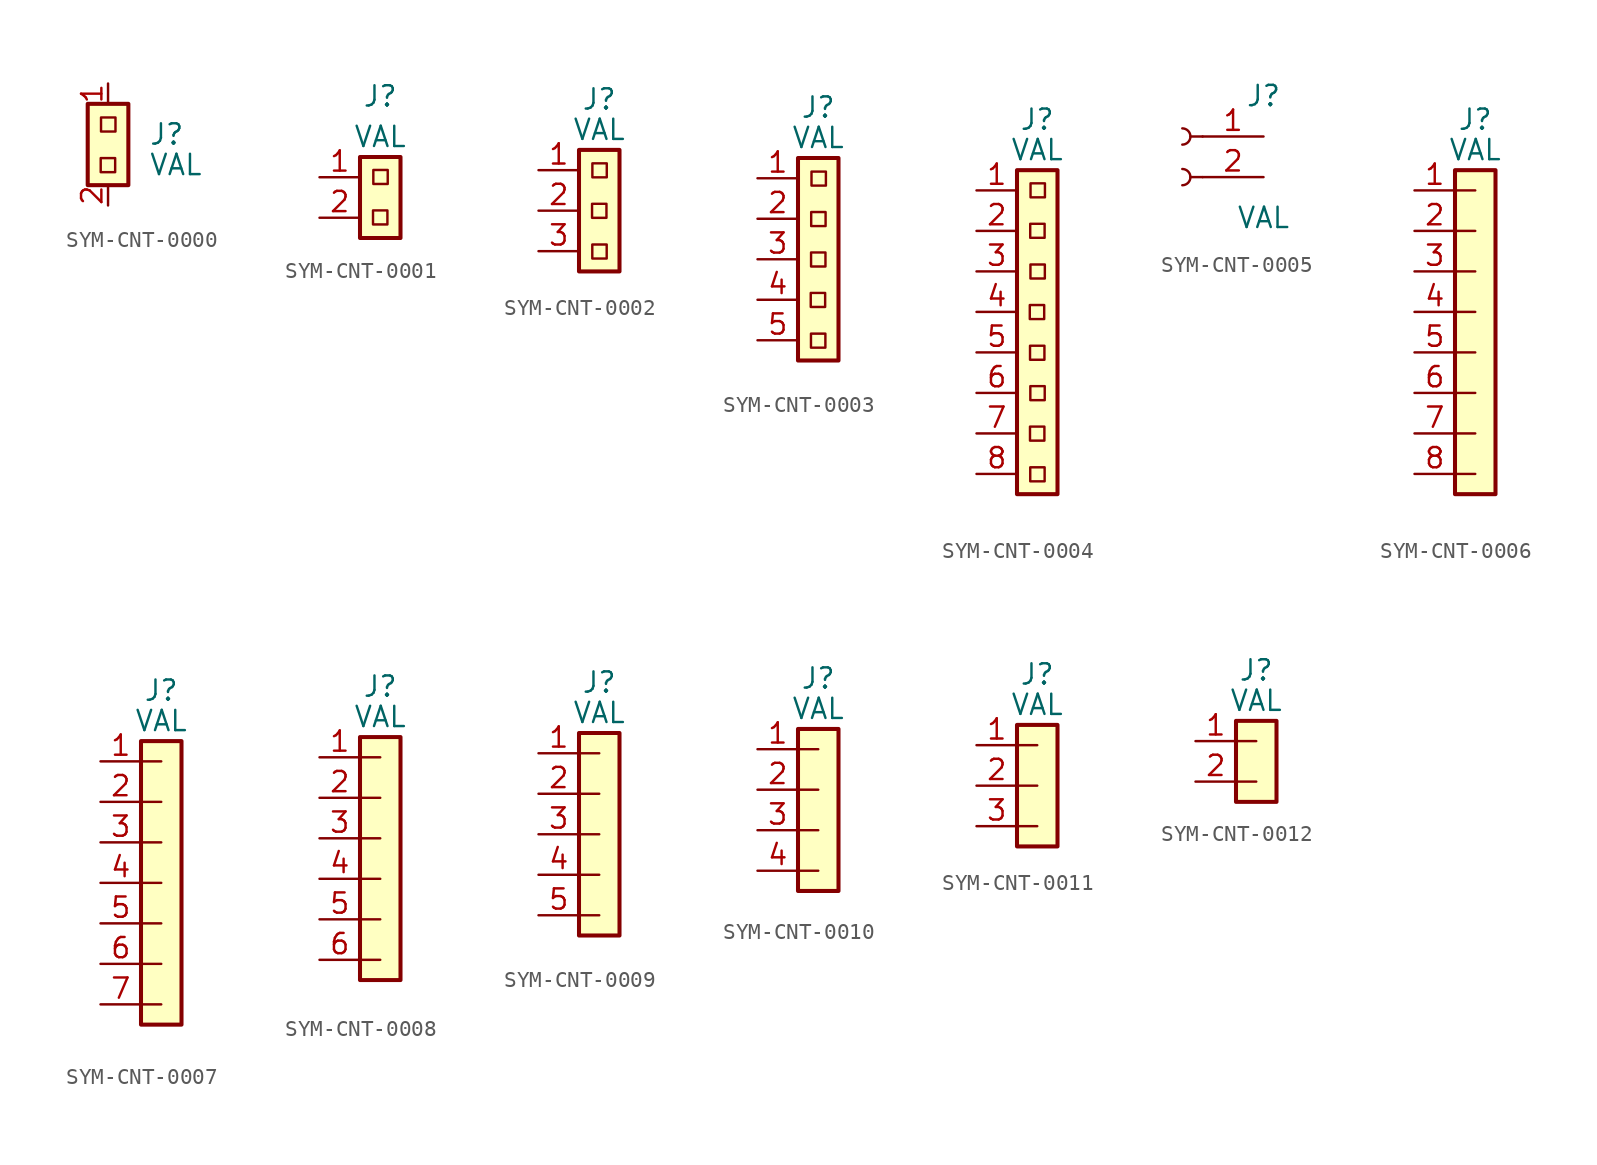
<source format=kicad_sym>
(kicad_symbol_lib
  (version 20241209)
  (generator "kicad_symbol_editor")
  (generator_version "9.0")
  (symbol "SYM-CNT-0000"
    (property "Reference" "J"
      (at 2.54 -3.175 0)
      (effects (font (size 1.27 1.27)) (justify left)))
    (property "Value" "VAL"
      (at 2.54 -5.08 0)
      (effects (font (size 1.27 1.27)) (justify left)))
    (symbol "SYM-CNT-0000_1_1"
      (rectangle (start -1.27 -1.27) (end 1.27 -6.35) (stroke (width 0.254) (type default)) (fill (type background)))
      (rectangle (start -0.458 -4.66) (end 0.445 -5.539) (stroke (width 0) (type solid)) (fill (type none)))
      (rectangle (start -0.438 -2.122) (end 0.465 -3.001) (stroke (width 0) (type solid)) (fill (type none)))
      (pin unspecified line (at 0 0 270) (length 1.27) (name "" (effects (font (size 1.27 1.27)))) (number "1" (effects (font (size 1.27 1.27)))))
      (pin unspecified line (at 0 -7.62 90) (length 1.27) (name "" (effects (font (size 1.27 1.27)))) (number "2" (effects (font (size 1.27 1.27)))))))
  (symbol "SYM-CNT-0001"
    (property "Reference" "J"
      (at 3.81 5.08 0)
      (effects (font (size 1.27 1.27))))
    (property "Value" "VAL"
      (at 3.81 2.54 0)
      (effects (font (size 1.27 1.27))))
    (symbol "SYM-CNT-0001_1_1"
      (rectangle (start 2.54 1.27) (end 5.08 -3.81) (stroke (width 0.254) (type default)) (fill (type background)))
      (rectangle (start 3.356 -2.08) (end 4.259 -2.96) (stroke (width 0) (type solid)) (fill (type none)))
      (rectangle (start 3.376 0.457) (end 4.279 -0.422) (stroke (width 0) (type solid)) (fill (type none)))
      (pin passive line (at 0 0 0) (length 2.54) (name "" (effects (font (size 1.27 1.27)))) (number "1" (effects (font (size 1.27 1.27)))))
      (pin passive line (at 0 -2.54 0) (length 2.54) (name "" (effects (font (size 1.27 1.27)))) (number "2" (effects (font (size 1.27 1.27)))))))
  (symbol "SYM-CNT-0002"
    (property "Reference" "J"
      (at 3.81 4.445 0)
      (effects (font (size 1.27 1.27))))
    (property "Value" "VAL"
      (at 3.81 2.54 0)
      (effects (font (size 1.27 1.27))))
    (symbol "SYM-CNT-0002_1_1"
      (rectangle (start 2.54 1.27) (end 5.08 -6.35) (stroke (width 0.254) (type default)) (fill (type background)))
      (rectangle (start 3.359 -2.11) (end 4.262 -2.989) (stroke (width 0) (type solid)) (fill (type none)))
      (rectangle (start 3.374 -4.662) (end 4.277 -5.541) (stroke (width 0) (type solid)) (fill (type none)))
      (rectangle (start 3.379 0.428) (end 4.282 -0.451) (stroke (width 0) (type solid)) (fill (type none)))
      (pin passive line (at 0 0 0) (length 2.54) (name "" (effects (font (size 1.27 1.27)))) (number "1" (effects (font (size 1.27 1.27)))))
      (pin passive line (at 0 -2.54 0) (length 2.54) (name "" (effects (font (size 1.27 1.27)))) (number "2" (effects (font (size 1.27 1.27)))))
      (pin passive line (at 0 -5.08 0) (length 2.54) (name "" (effects (font (size 1.27 1.27)))) (number "3" (effects (font (size 1.27 1.27)))))))
  (symbol "SYM-CNT-0003"
    (property "Reference" "J"
      (at 3.81 4.445 0)
      (effects (font (size 1.27 1.27))))
    (property "Value" "VAL"
      (at 3.81 2.54 0)
      (effects (font (size 1.27 1.27))))
    (symbol "SYM-CNT-0003_1_1"
      (rectangle (start 2.54 1.27) (end 5.08 -11.43) (stroke (width 0.254) (type default)) (fill (type background)))
      (rectangle (start 3.339 -7.191) (end 4.242 -8.071) (stroke (width 0) (type solid)) (fill (type none)))
      (rectangle (start 3.353 -9.744) (end 4.257 -10.623) (stroke (width 0) (type solid)) (fill (type none)))
      (rectangle (start 3.359 -4.654) (end 4.262 -5.533) (stroke (width 0) (type solid)) (fill (type none)))
      (rectangle (start 3.367 -2.119) (end 4.27 -2.999) (stroke (width 0) (type solid)) (fill (type none)))
      (rectangle (start 3.387 0.418) (end 4.29 -0.461) (stroke (width 0) (type solid)) (fill (type none)))
      (pin passive line (at 0 0 0) (length 2.54) (name "" (effects (font (size 1.27 1.27)))) (number "1" (effects (font (size 1.27 1.27)))))
      (pin passive line (at 0 -2.54 0) (length 2.54) (name "" (effects (font (size 1.27 1.27)))) (number "2" (effects (font (size 1.27 1.27)))))
      (pin passive line (at 0 -5.08 0) (length 2.54) (name "" (effects (font (size 1.27 1.27)))) (number "3" (effects (font (size 1.27 1.27)))))
      (pin passive line (at 0 -7.62 0) (length 2.54) (name "" (effects (font (size 1.27 1.27)))) (number "4" (effects (font (size 1.27 1.27)))))
      (pin passive line (at 0 -10.16 0) (length 2.54) (name "" (effects (font (size 1.27 1.27)))) (number "5" (effects (font (size 1.27 1.27)))))))
  (symbol "SYM-CNT-0004"
    (property "Reference" "J"
      (at 3.81 4.445 0)
      (effects (font (size 1.27 1.27))))
    (property "Value" "VAL"
      (at 3.81 2.54 0)
      (effects (font (size 1.27 1.27))))
    (symbol "SYM-CNT-0004_1_1"
      (rectangle (start 2.54 1.27) (end 5.08 -19.05) (stroke (width 0.254) (type default)) (fill (type background)))
      (rectangle (start 3.342 -7.189) (end 4.245 -8.069) (stroke (width 0) (type solid)) (fill (type none)))
      (rectangle (start 3.355 -14.813) (end 4.258 -15.692) (stroke (width 0) (type solid)) (fill (type none)))
      (rectangle (start 3.357 -9.741) (end 4.26 -10.621) (stroke (width 0) (type solid)) (fill (type none)))
      (rectangle (start 3.369 -2.093) (end 4.272 -2.973) (stroke (width 0) (type solid)) (fill (type none)))
      (rectangle (start 3.37 -17.365) (end 4.273 -18.244) (stroke (width 0) (type solid)) (fill (type none)))
      (rectangle (start 3.376 -12.275) (end 4.279 -13.154) (stroke (width 0) (type solid)) (fill (type none)))
      (rectangle (start 3.383 -4.646) (end 4.286 -5.525) (stroke (width 0) (type solid)) (fill (type none)))
      (rectangle (start 3.389 0.444) (end 4.292 -0.435) (stroke (width 0) (type solid)) (fill (type none)))
      (pin passive line (at 0 0 0) (length 2.54) (name "" (effects (font (size 1.27 1.27)))) (number "1" (effects (font (size 1.27 1.27)))))
      (pin passive line (at 0 -2.54 0) (length 2.54) (name "" (effects (font (size 1.27 1.27)))) (number "2" (effects (font (size 1.27 1.27)))))
      (pin passive line (at 0 -5.08 0) (length 2.54) (name "" (effects (font (size 1.27 1.27)))) (number "3" (effects (font (size 1.27 1.27)))))
      (pin passive line (at 0 -7.62 0) (length 2.54) (name "" (effects (font (size 1.27 1.27)))) (number "4" (effects (font (size 1.27 1.27)))))
      (pin passive line (at 0 -10.16 0) (length 2.54) (name "" (effects (font (size 1.27 1.27)))) (number "5" (effects (font (size 1.27 1.27)))))
      (pin passive line (at 0 -12.7 0) (length 2.54) (name "" (effects (font (size 1.27 1.27)))) (number "6" (effects (font (size 1.27 1.27)))))
      (pin passive line (at 0 -15.24 0) (length 2.54) (name "" (effects (font (size 1.27 1.27)))) (number "7" (effects (font (size 1.27 1.27)))))
      (pin passive line (at 0 -17.78 0) (length 2.54) (name "" (effects (font (size 1.27 1.27)))) (number "8" (effects (font (size 1.27 1.27)))))))
  (symbol "SYM-CNT-0005"
    (pin_names
      (offset 1.016)
      (hide yes))
    (property "Reference" "J"
      (at 0 2.54 0)
      (effects (font (size 1.27 1.27))))
    (property "Value" "VAL"
      (at 0 -5.08 0)
      (effects (font (size 1.27 1.27))))
    (symbol "SYM-CNT-0005_1_1"
      (arc (start -5.08 0.508) (mid -4.5742 0) (end -5.08 -0.508) (stroke (width 0.1524) (type default)) (fill (type none)))
      (arc (start -5.08 -2.032) (mid -4.5742 -2.54) (end -5.08 -3.048) (stroke (width 0.1524) (type default)) (fill (type none)))
      (polyline (pts (xy -3.81 0) (xy -4.572 0)) (stroke (width 0.152) (type default)) (fill (type none)))
      (polyline (pts (xy -3.81 -2.54) (xy -4.572 -2.54)) (stroke (width 0.152) (type default)) (fill (type none)))
      (pin passive line (at 0 0 180) (length 3.81) (name "Pin_1" (effects (font (size 1.27 1.27)))) (number "1" (effects (font (size 1.27 1.27)))))
      (pin passive line (at 0 -2.54 180) (length 3.81) (name "Pin_2" (effects (font (size 1.27 1.27)))) (number "2" (effects (font (size 1.27 1.27)))))))
  (symbol "SYM-CNT-0006"
    (property "Reference" "J"
      (at 3.81 4.445 0)
      (effects (font (size 1.27 1.27))))
    (property "Value" "VAL"
      (at 3.81 2.54 0)
      (effects (font (size 1.27 1.27))))
    (symbol "SYM-CNT-0006_0_1"
      (polyline (pts (xy 2.54 0) (xy 3.81 0)) (stroke (width 0) (type default)) (fill (type none)))
      (polyline (pts (xy 2.54 -2.54) (xy 3.81 -2.54)) (stroke (width 0) (type default)) (fill (type none)))
      (polyline (pts (xy 2.54 -5.08) (xy 3.81 -5.08)) (stroke (width 0) (type default)) (fill (type none)))
      (polyline (pts (xy 2.54 -7.62) (xy 3.81 -7.62)) (stroke (width 0) (type default)) (fill (type none)))
      (polyline (pts (xy 2.54 -10.16) (xy 3.81 -10.16)) (stroke (width 0) (type default)) (fill (type none)))
      (polyline (pts (xy 2.54 -12.7) (xy 3.81 -12.7)) (stroke (width 0) (type default)) (fill (type none)))
      (polyline (pts (xy 2.54 -15.24) (xy 3.81 -15.24)) (stroke (width 0) (type default)) (fill (type none)))
      (polyline (pts (xy 2.54 -17.78) (xy 3.81 -17.78)) (stroke (width 0) (type default)) (fill (type none))))
    (symbol "SYM-CNT-0006_1_1"
      (rectangle (start 2.54 1.27) (end 5.08 -19.05) (stroke (width 0.254) (type default)) (fill (type background)))
      (pin passive line (at 0 0 0) (length 2.54) (name "" (effects (font (size 1.27 1.27)))) (number "1" (effects (font (size 1.27 1.27)))))
      (pin passive line (at 0 -2.54 0) (length 2.54) (name "" (effects (font (size 1.27 1.27)))) (number "2" (effects (font (size 1.27 1.27)))))
      (pin passive line (at 0 -5.08 0) (length 2.54) (name "" (effects (font (size 1.27 1.27)))) (number "3" (effects (font (size 1.27 1.27)))))
      (pin passive line (at 0 -7.62 0) (length 2.54) (name "" (effects (font (size 1.27 1.27)))) (number "4" (effects (font (size 1.27 1.27)))))
      (pin passive line (at 0 -10.16 0) (length 2.54) (name "" (effects (font (size 1.27 1.27)))) (number "5" (effects (font (size 1.27 1.27)))))
      (pin passive line (at 0 -12.7 0) (length 2.54) (name "" (effects (font (size 1.27 1.27)))) (number "6" (effects (font (size 1.27 1.27)))))
      (pin passive line (at 0 -15.24 0) (length 2.54) (name "" (effects (font (size 1.27 1.27)))) (number "7" (effects (font (size 1.27 1.27)))))
      (pin passive line (at 0 -17.78 0) (length 2.54) (name "" (effects (font (size 1.27 1.27)))) (number "8" (effects (font (size 1.27 1.27)))))))
  (symbol "SYM-CNT-0007"
    (property "Reference" "J"
      (at 3.81 4.445 0)
      (effects (font (size 1.27 1.27))))
    (property "Value" "VAL"
      (at 3.81 2.54 0)
      (effects (font (size 1.27 1.27))))
    (symbol "SYM-CNT-0007_0_1"
      (polyline (pts (xy 2.54 0) (xy 3.81 0)) (stroke (width 0) (type default)) (fill (type none)))
      (polyline (pts (xy 2.54 -2.54) (xy 3.81 -2.54)) (stroke (width 0) (type default)) (fill (type none)))
      (polyline (pts (xy 2.54 -5.08) (xy 3.81 -5.08)) (stroke (width 0) (type default)) (fill (type none)))
      (polyline (pts (xy 2.54 -7.62) (xy 3.81 -7.62)) (stroke (width 0) (type default)) (fill (type none)))
      (polyline (pts (xy 2.54 -10.16) (xy 3.81 -10.16)) (stroke (width 0) (type default)) (fill (type none)))
      (polyline (pts (xy 2.54 -12.7) (xy 3.81 -12.7)) (stroke (width 0) (type default)) (fill (type none)))
      (polyline (pts (xy 2.54 -15.24) (xy 3.81 -15.24)) (stroke (width 0) (type default)) (fill (type none))))
    (symbol "SYM-CNT-0007_1_1"
      (rectangle (start 2.54 1.27) (end 5.08 -16.51) (stroke (width 0.254) (type default)) (fill (type background)))
      (pin passive line (at 0 0 0) (length 2.54) (name "" (effects (font (size 1.27 1.27)))) (number "1" (effects (font (size 1.27 1.27)))))
      (pin passive line (at 0 -2.54 0) (length 2.54) (name "" (effects (font (size 1.27 1.27)))) (number "2" (effects (font (size 1.27 1.27)))))
      (pin passive line (at 0 -5.08 0) (length 2.54) (name "" (effects (font (size 1.27 1.27)))) (number "3" (effects (font (size 1.27 1.27)))))
      (pin passive line (at 0 -7.62 0) (length 2.54) (name "" (effects (font (size 1.27 1.27)))) (number "4" (effects (font (size 1.27 1.27)))))
      (pin passive line (at 0 -10.16 0) (length 2.54) (name "" (effects (font (size 1.27 1.27)))) (number "5" (effects (font (size 1.27 1.27)))))
      (pin passive line (at 0 -12.7 0) (length 2.54) (name "" (effects (font (size 1.27 1.27)))) (number "6" (effects (font (size 1.27 1.27)))))
      (pin passive line (at 0 -15.24 0) (length 2.54) (name "" (effects (font (size 1.27 1.27)))) (number "7" (effects (font (size 1.27 1.27)))))))
  (symbol "SYM-CNT-0008"
    (property "Reference" "J"
      (at 3.81 4.445 0)
      (effects (font (size 1.27 1.27))))
    (property "Value" "VAL"
      (at 3.81 2.54 0)
      (effects (font (size 1.27 1.27))))
    (symbol "SYM-CNT-0008_0_1"
      (polyline (pts (xy 2.54 0) (xy 3.81 0)) (stroke (width 0) (type default)) (fill (type none)))
      (polyline (pts (xy 2.54 -2.54) (xy 3.81 -2.54)) (stroke (width 0) (type default)) (fill (type none)))
      (polyline (pts (xy 2.54 -5.08) (xy 3.81 -5.08)) (stroke (width 0) (type default)) (fill (type none)))
      (polyline (pts (xy 2.54 -7.62) (xy 3.81 -7.62)) (stroke (width 0) (type default)) (fill (type none)))
      (polyline (pts (xy 2.54 -10.16) (xy 3.81 -10.16)) (stroke (width 0) (type default)) (fill (type none)))
      (polyline (pts (xy 2.54 -12.7) (xy 3.81 -12.7)) (stroke (width 0) (type default)) (fill (type none))))
    (symbol "SYM-CNT-0008_1_1"
      (rectangle (start 2.54 1.27) (end 5.08 -13.97) (stroke (width 0.254) (type default)) (fill (type background)))
      (pin passive line (at 0 0 0) (length 2.54) (name "" (effects (font (size 1.27 1.27)))) (number "1" (effects (font (size 1.27 1.27)))))
      (pin passive line (at 0 -2.54 0) (length 2.54) (name "" (effects (font (size 1.27 1.27)))) (number "2" (effects (font (size 1.27 1.27)))))
      (pin passive line (at 0 -5.08 0) (length 2.54) (name "" (effects (font (size 1.27 1.27)))) (number "3" (effects (font (size 1.27 1.27)))))
      (pin passive line (at 0 -7.62 0) (length 2.54) (name "" (effects (font (size 1.27 1.27)))) (number "4" (effects (font (size 1.27 1.27)))))
      (pin passive line (at 0 -10.16 0) (length 2.54) (name "" (effects (font (size 1.27 1.27)))) (number "5" (effects (font (size 1.27 1.27)))))
      (pin passive line (at 0 -12.7 0) (length 2.54) (name "" (effects (font (size 1.27 1.27)))) (number "6" (effects (font (size 1.27 1.27)))))))
  (symbol "SYM-CNT-0009"
    (property "Reference" "J"
      (at 3.81 4.445 0)
      (effects (font (size 1.27 1.27))))
    (property "Value" "VAL"
      (at 3.81 2.54 0)
      (effects (font (size 1.27 1.27))))
    (symbol "SYM-CNT-0009_0_1"
      (polyline (pts (xy 2.54 0) (xy 3.81 0)) (stroke (width 0) (type default)) (fill (type none)))
      (polyline (pts (xy 2.54 -2.54) (xy 3.81 -2.54)) (stroke (width 0) (type default)) (fill (type none)))
      (polyline (pts (xy 2.54 -5.08) (xy 3.81 -5.08)) (stroke (width 0) (type default)) (fill (type none)))
      (polyline (pts (xy 2.54 -7.62) (xy 3.81 -7.62)) (stroke (width 0) (type default)) (fill (type none)))
      (polyline (pts (xy 2.54 -10.16) (xy 3.81 -10.16)) (stroke (width 0) (type default)) (fill (type none))))
    (symbol "SYM-CNT-0009_1_1"
      (rectangle (start 2.54 1.27) (end 5.08 -11.43) (stroke (width 0.254) (type default)) (fill (type background)))
      (pin passive line (at 0 0 0) (length 2.54) (name "" (effects (font (size 1.27 1.27)))) (number "1" (effects (font (size 1.27 1.27)))))
      (pin passive line (at 0 -2.54 0) (length 2.54) (name "" (effects (font (size 1.27 1.27)))) (number "2" (effects (font (size 1.27 1.27)))))
      (pin passive line (at 0 -5.08 0) (length 2.54) (name "" (effects (font (size 1.27 1.27)))) (number "3" (effects (font (size 1.27 1.27)))))
      (pin passive line (at 0 -7.62 0) (length 2.54) (name "" (effects (font (size 1.27 1.27)))) (number "4" (effects (font (size 1.27 1.27)))))
      (pin passive line (at 0 -10.16 0) (length 2.54) (name "" (effects (font (size 1.27 1.27)))) (number "5" (effects (font (size 1.27 1.27)))))))
  (symbol "SYM-CNT-0010"
    (property "Reference" "J"
      (at 3.81 4.445 0)
      (effects (font (size 1.27 1.27))))
    (property "Value" "VAL"
      (at 3.81 2.54 0)
      (effects (font (size 1.27 1.27))))
    (symbol "SYM-CNT-0010_0_1"
      (polyline (pts (xy 2.54 0) (xy 3.81 0)) (stroke (width 0) (type default)) (fill (type none)))
      (polyline (pts (xy 2.54 -2.54) (xy 3.81 -2.54)) (stroke (width 0) (type default)) (fill (type none)))
      (polyline (pts (xy 2.54 -5.08) (xy 3.81 -5.08)) (stroke (width 0) (type default)) (fill (type none)))
      (polyline (pts (xy 2.54 -7.62) (xy 3.81 -7.62)) (stroke (width 0) (type default)) (fill (type none))))
    (symbol "SYM-CNT-0010_1_1"
      (rectangle (start 2.54 1.27) (end 5.08 -8.89) (stroke (width 0.254) (type default)) (fill (type background)))
      (pin passive line (at 0 0 0) (length 2.54) (name "" (effects (font (size 1.27 1.27)))) (number "1" (effects (font (size 1.27 1.27)))))
      (pin passive line (at 0 -2.54 0) (length 2.54) (name "" (effects (font (size 1.27 1.27)))) (number "2" (effects (font (size 1.27 1.27)))))
      (pin passive line (at 0 -5.08 0) (length 2.54) (name "" (effects (font (size 1.27 1.27)))) (number "3" (effects (font (size 1.27 1.27)))))
      (pin passive line (at 0 -7.62 0) (length 2.54) (name "" (effects (font (size 1.27 1.27)))) (number "4" (effects (font (size 1.27 1.27)))))))
  (symbol "SYM-CNT-0011"
    (property "Reference" "J"
      (at 3.81 4.445 0)
      (effects (font (size 1.27 1.27))))
    (property "Value" "VAL"
      (at 3.81 2.54 0)
      (effects (font (size 1.27 1.27))))
    (symbol "SYM-CNT-0011_0_1"
      (polyline (pts (xy 2.54 0) (xy 3.81 0)) (stroke (width 0) (type default)) (fill (type none)))
      (polyline (pts (xy 2.54 -2.54) (xy 3.81 -2.54)) (stroke (width 0) (type default)) (fill (type none)))
      (polyline (pts (xy 2.54 -5.08) (xy 3.81 -5.08)) (stroke (width 0) (type default)) (fill (type none))))
    (symbol "SYM-CNT-0011_1_1"
      (rectangle (start 2.54 1.27) (end 5.08 -6.35) (stroke (width 0.254) (type default)) (fill (type background)))
      (pin passive line (at 0 0 0) (length 2.54) (name "" (effects (font (size 1.27 1.27)))) (number "1" (effects (font (size 1.27 1.27)))))
      (pin passive line (at 0 -2.54 0) (length 2.54) (name "" (effects (font (size 1.27 1.27)))) (number "2" (effects (font (size 1.27 1.27)))))
      (pin passive line (at 0 -5.08 0) (length 2.54) (name "" (effects (font (size 1.27 1.27)))) (number "3" (effects (font (size 1.27 1.27)))))))
  (symbol "SYM-CNT-0012"
    (property "Reference" "J"
      (at 3.81 4.445 0)
      (effects (font (size 1.27 1.27))))
    (property "Value" "VAL"
      (at 3.81 2.54 0)
      (effects (font (size 1.27 1.27))))
    (symbol "SYM-CNT-0012_0_1"
      (polyline (pts (xy 2.54 0) (xy 3.81 0)) (stroke (width 0) (type default)) (fill (type none)))
      (polyline (pts (xy 2.54 -2.54) (xy 3.81 -2.54)) (stroke (width 0) (type default)) (fill (type none))))
    (symbol "SYM-CNT-0012_1_1"
      (rectangle (start 2.54 1.27) (end 5.08 -3.81) (stroke (width 0.254) (type default)) (fill (type background)))
      (pin passive line (at 0 0 0) (length 2.54) (name "" (effects (font (size 1.27 1.27)))) (number "1" (effects (font (size 1.27 1.27)))))
      (pin passive line (at 0 -2.54 0) (length 2.54) (name "" (effects (font (size 1.27 1.27)))) (number "2" (effects (font (size 1.27 1.27))))))))
</source>
